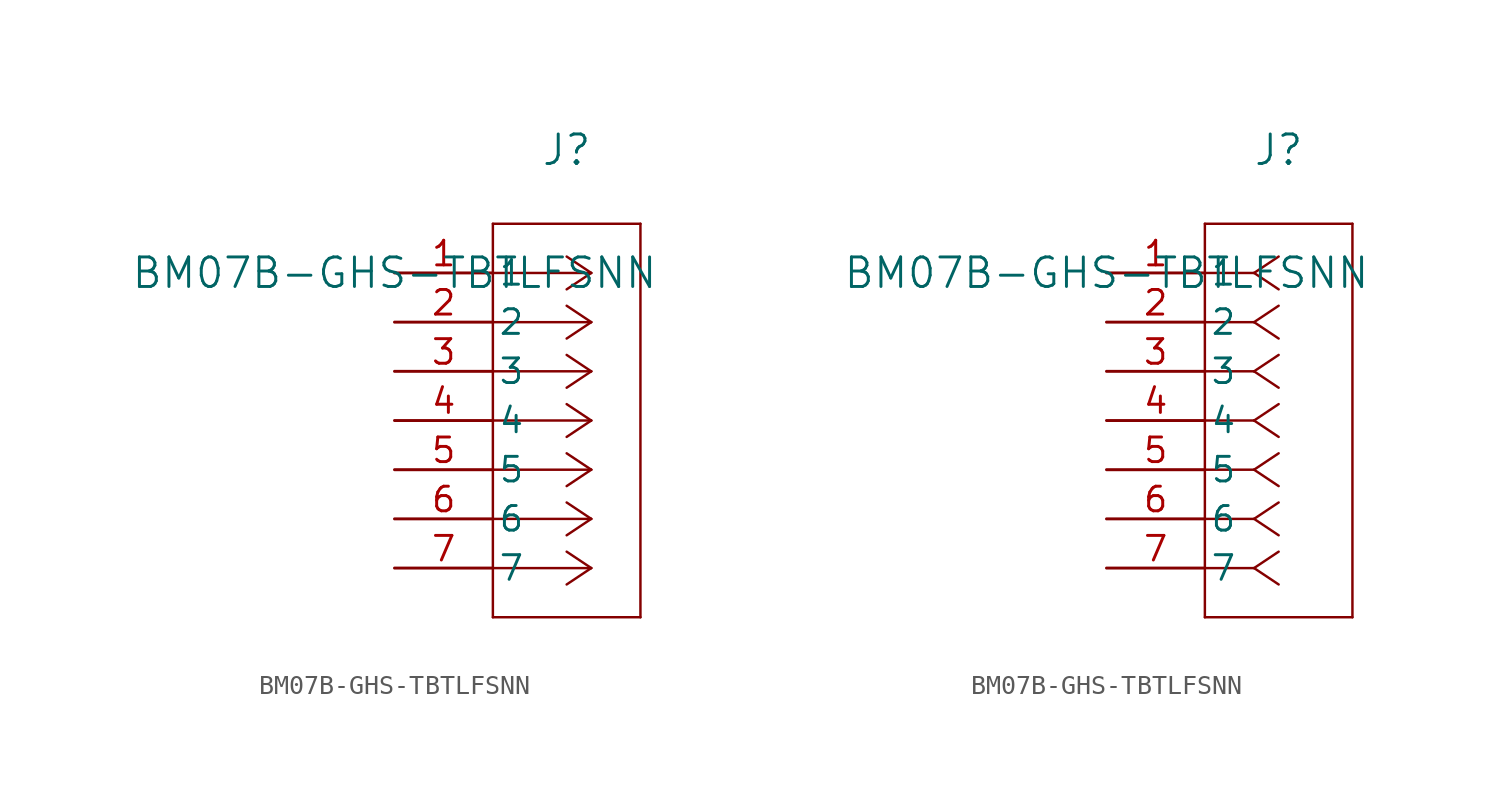
<source format=kicad_sym>
(kicad_symbol_lib
  (version 20211014)
  (generator kicad_symbol_editor)
  (symbol "BM07B-GHS-TBTLFSNN"
    (pin_names
      (offset 0.254))
    (property "Reference" "J"
      (at 8.89 6.35 0)
      (effects (font (size 1.524 1.524))))
    (property "Value" "BM07B-GHS-TBTLFSNN"
      (at 0 0 0)
      (effects (font (size 1.524 1.524))))
    (symbol "BM07B-GHS-TBTLFSNN_1_1"
      (polyline (pts (xy 10.16 0) (xy 5.08 0)) (stroke (width 0.127) (type default) (color 0 0 0 0)) (fill (type none)))
      (polyline (pts (xy 10.16 -2.54) (xy 5.08 -2.54)) (stroke (width 0.127) (type default) (color 0 0 0 0)) (fill (type none)))
      (polyline (pts (xy 10.16 -5.08) (xy 5.08 -5.08)) (stroke (width 0.127) (type default) (color 0 0 0 0)) (fill (type none)))
      (polyline (pts (xy 10.16 -7.62) (xy 5.08 -7.62)) (stroke (width 0.127) (type default) (color 0 0 0 0)) (fill (type none)))
      (polyline (pts (xy 10.16 -10.16) (xy 5.08 -10.16)) (stroke (width 0.127) (type default) (color 0 0 0 0)) (fill (type none)))
      (polyline (pts (xy 10.16 -12.7) (xy 5.08 -12.7)) (stroke (width 0.127) (type default) (color 0 0 0 0)) (fill (type none)))
      (polyline (pts (xy 10.16 -15.24) (xy 5.08 -15.24)) (stroke (width 0.127) (type default) (color 0 0 0 0)) (fill (type none)))
      (polyline (pts (xy 10.16 0) (xy 8.89 0.847)) (stroke (width 0.127) (type default) (color 0 0 0 0)) (fill (type none)))
      (polyline (pts (xy 10.16 -2.54) (xy 8.89 -1.693)) (stroke (width 0.127) (type default) (color 0 0 0 0)) (fill (type none)))
      (polyline (pts (xy 10.16 -5.08) (xy 8.89 -4.233)) (stroke (width 0.127) (type default) (color 0 0 0 0)) (fill (type none)))
      (polyline (pts (xy 10.16 -7.62) (xy 8.89 -6.773)) (stroke (width 0.127) (type default) (color 0 0 0 0)) (fill (type none)))
      (polyline (pts (xy 10.16 -10.16) (xy 8.89 -9.313)) (stroke (width 0.127) (type default) (color 0 0 0 0)) (fill (type none)))
      (polyline (pts (xy 10.16 -12.7) (xy 8.89 -11.853)) (stroke (width 0.127) (type default) (color 0 0 0 0)) (fill (type none)))
      (polyline (pts (xy 10.16 -15.24) (xy 8.89 -14.393)) (stroke (width 0.127) (type default) (color 0 0 0 0)) (fill (type none)))
      (polyline (pts (xy 10.16 0) (xy 8.89 -0.847)) (stroke (width 0.127) (type default) (color 0 0 0 0)) (fill (type none)))
      (polyline (pts (xy 10.16 -2.54) (xy 8.89 -3.387)) (stroke (width 0.127) (type default) (color 0 0 0 0)) (fill (type none)))
      (polyline (pts (xy 10.16 -5.08) (xy 8.89 -5.927)) (stroke (width 0.127) (type default) (color 0 0 0 0)) (fill (type none)))
      (polyline (pts (xy 10.16 -7.62) (xy 8.89 -8.467)) (stroke (width 0.127) (type default) (color 0 0 0 0)) (fill (type none)))
      (polyline (pts (xy 10.16 -10.16) (xy 8.89 -11.007)) (stroke (width 0.127) (type default) (color 0 0 0 0)) (fill (type none)))
      (polyline (pts (xy 10.16 -12.7) (xy 8.89 -13.547)) (stroke (width 0.127) (type default) (color 0 0 0 0)) (fill (type none)))
      (polyline (pts (xy 10.16 -15.24) (xy 8.89 -16.087)) (stroke (width 0.127) (type default) (color 0 0 0 0)) (fill (type none)))
      (polyline (pts (xy 5.08 2.54) (xy 5.08 -17.78)) (stroke (width 0.127) (type default) (color 0 0 0 0)) (fill (type none)))
      (polyline (pts (xy 5.08 -17.78) (xy 12.7 -17.78)) (stroke (width 0.127) (type default) (color 0 0 0 0)) (fill (type none)))
      (polyline (pts (xy 12.7 -17.78) (xy 12.7 2.54)) (stroke (width 0.127) (type default) (color 0 0 0 0)) (fill (type none)))
      (polyline (pts (xy 12.7 2.54) (xy 5.08 2.54)) (stroke (width 0.127) (type default) (color 0 0 0 0)) (fill (type none)))
      (pin unspecified line (at 0 0 0) (length 5.08) (name "1" (effects (font (size 1.27 1.27)))) (number "1" (effects (font (size 1.27 1.27)))))
      (pin unspecified line (at 0 -2.54 0) (length 5.08) (name "2" (effects (font (size 1.27 1.27)))) (number "2" (effects (font (size 1.27 1.27)))))
      (pin unspecified line (at 0 -5.08 0) (length 5.08) (name "3" (effects (font (size 1.27 1.27)))) (number "3" (effects (font (size 1.27 1.27)))))
      (pin unspecified line (at 0 -7.62 0) (length 5.08) (name "4" (effects (font (size 1.27 1.27)))) (number "4" (effects (font (size 1.27 1.27)))))
      (pin unspecified line (at 0 -10.16 0) (length 5.08) (name "5" (effects (font (size 1.27 1.27)))) (number "5" (effects (font (size 1.27 1.27)))))
      (pin unspecified line (at 0 -12.7 0) (length 5.08) (name "6" (effects (font (size 1.27 1.27)))) (number "6" (effects (font (size 1.27 1.27)))))
      (pin unspecified line (at 0 -15.24 0) (length 5.08) (name "7" (effects (font (size 1.27 1.27)))) (number "7" (effects (font (size 1.27 1.27))))))
    (symbol "BM07B-GHS-TBTLFSNN_1_2"
      (polyline (pts (xy 7.62 0) (xy 5.08 0)) (stroke (width 0.127) (type default) (color 0 0 0 0)) (fill (type none)))
      (polyline (pts (xy 7.62 -2.54) (xy 5.08 -2.54)) (stroke (width 0.127) (type default) (color 0 0 0 0)) (fill (type none)))
      (polyline (pts (xy 7.62 -5.08) (xy 5.08 -5.08)) (stroke (width 0.127) (type default) (color 0 0 0 0)) (fill (type none)))
      (polyline (pts (xy 7.62 -7.62) (xy 5.08 -7.62)) (stroke (width 0.127) (type default) (color 0 0 0 0)) (fill (type none)))
      (polyline (pts (xy 7.62 -10.16) (xy 5.08 -10.16)) (stroke (width 0.127) (type default) (color 0 0 0 0)) (fill (type none)))
      (polyline (pts (xy 7.62 -12.7) (xy 5.08 -12.7)) (stroke (width 0.127) (type default) (color 0 0 0 0)) (fill (type none)))
      (polyline (pts (xy 7.62 -15.24) (xy 5.08 -15.24)) (stroke (width 0.127) (type default) (color 0 0 0 0)) (fill (type none)))
      (polyline (pts (xy 7.62 0) (xy 8.89 0.847)) (stroke (width 0.127) (type default) (color 0 0 0 0)) (fill (type none)))
      (polyline (pts (xy 7.62 -2.54) (xy 8.89 -1.693)) (stroke (width 0.127) (type default) (color 0 0 0 0)) (fill (type none)))
      (polyline (pts (xy 7.62 -5.08) (xy 8.89 -4.233)) (stroke (width 0.127) (type default) (color 0 0 0 0)) (fill (type none)))
      (polyline (pts (xy 7.62 -7.62) (xy 8.89 -6.773)) (stroke (width 0.127) (type default) (color 0 0 0 0)) (fill (type none)))
      (polyline (pts (xy 7.62 -10.16) (xy 8.89 -9.313)) (stroke (width 0.127) (type default) (color 0 0 0 0)) (fill (type none)))
      (polyline (pts (xy 7.62 -12.7) (xy 8.89 -11.853)) (stroke (width 0.127) (type default) (color 0 0 0 0)) (fill (type none)))
      (polyline (pts (xy 7.62 -15.24) (xy 8.89 -14.393)) (stroke (width 0.127) (type default) (color 0 0 0 0)) (fill (type none)))
      (polyline (pts (xy 7.62 0) (xy 8.89 -0.847)) (stroke (width 0.127) (type default) (color 0 0 0 0)) (fill (type none)))
      (polyline (pts (xy 7.62 -2.54) (xy 8.89 -3.387)) (stroke (width 0.127) (type default) (color 0 0 0 0)) (fill (type none)))
      (polyline (pts (xy 7.62 -5.08) (xy 8.89 -5.927)) (stroke (width 0.127) (type default) (color 0 0 0 0)) (fill (type none)))
      (polyline (pts (xy 7.62 -7.62) (xy 8.89 -8.467)) (stroke (width 0.127) (type default) (color 0 0 0 0)) (fill (type none)))
      (polyline (pts (xy 7.62 -10.16) (xy 8.89 -11.007)) (stroke (width 0.127) (type default) (color 0 0 0 0)) (fill (type none)))
      (polyline (pts (xy 7.62 -12.7) (xy 8.89 -13.547)) (stroke (width 0.127) (type default) (color 0 0 0 0)) (fill (type none)))
      (polyline (pts (xy 7.62 -15.24) (xy 8.89 -16.087)) (stroke (width 0.127) (type default) (color 0 0 0 0)) (fill (type none)))
      (polyline (pts (xy 5.08 2.54) (xy 5.08 -17.78)) (stroke (width 0.127) (type default) (color 0 0 0 0)) (fill (type none)))
      (polyline (pts (xy 5.08 -17.78) (xy 12.7 -17.78)) (stroke (width 0.127) (type default) (color 0 0 0 0)) (fill (type none)))
      (polyline (pts (xy 12.7 -17.78) (xy 12.7 2.54)) (stroke (width 0.127) (type default) (color 0 0 0 0)) (fill (type none)))
      (polyline (pts (xy 12.7 2.54) (xy 5.08 2.54)) (stroke (width 0.127) (type default) (color 0 0 0 0)) (fill (type none)))
      (pin unspecified line (at 0 0 0) (length 5.08) (name "1" (effects (font (size 1.27 1.27)))) (number "1" (effects (font (size 1.27 1.27)))))
      (pin unspecified line (at 0 -2.54 0) (length 5.08) (name "2" (effects (font (size 1.27 1.27)))) (number "2" (effects (font (size 1.27 1.27)))))
      (pin unspecified line (at 0 -5.08 0) (length 5.08) (name "3" (effects (font (size 1.27 1.27)))) (number "3" (effects (font (size 1.27 1.27)))))
      (pin unspecified line (at 0 -7.62 0) (length 5.08) (name "4" (effects (font (size 1.27 1.27)))) (number "4" (effects (font (size 1.27 1.27)))))
      (pin unspecified line (at 0 -10.16 0) (length 5.08) (name "5" (effects (font (size 1.27 1.27)))) (number "5" (effects (font (size 1.27 1.27)))))
      (pin unspecified line (at 0 -12.7 0) (length 5.08) (name "6" (effects (font (size 1.27 1.27)))) (number "6" (effects (font (size 1.27 1.27)))))
      (pin unspecified line (at 0 -15.24 0) (length 5.08) (name "7" (effects (font (size 1.27 1.27)))) (number "7" (effects (font (size 1.27 1.27))))))))
</source>
